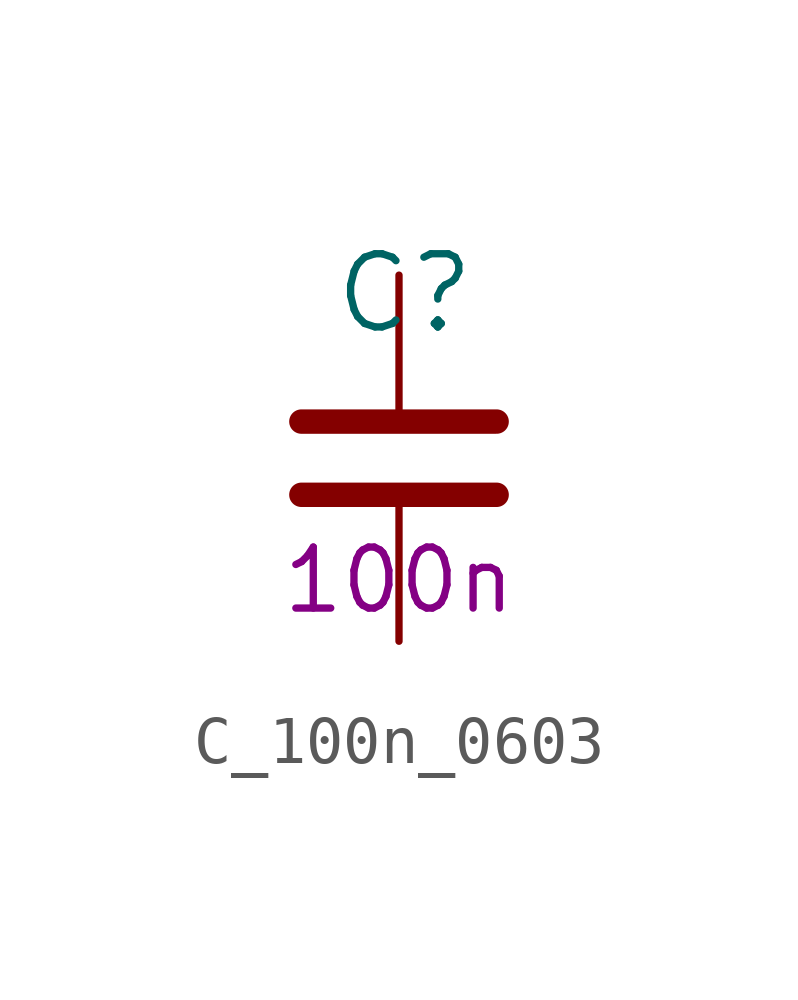
<source format=kicad_sym>
(kicad_symbol_lib
  (version 20211014)
  (generator kicad_symbol_editor)
  (symbol "C_100n_0603"
    (pin_names
      (offset 0))
    (property "Reference" "C"
      (at -1.397 3.429 0)
      (effects (font (size 1.524 1.524)) (justify left)))
    (property "Val" "100n"
      (at 0 -2.54 0)
      (effects (font (size 1.27 1.27))))
    (symbol "C_100n_0603_1_1"
      (polyline (pts (xy -2.032 -0.762) (xy 2.032 -0.762)) (stroke (width 0.508) (type default) (color 0 0 0 0)) (fill (type none)))
      (polyline (pts (xy -2.032 0.762) (xy 2.032 0.762)) (stroke (width 0.508) (type default) (color 0 0 0 0)) (fill (type none)))
      (pin passive line (at 0 3.81 270) (length 2.794) (name "~" (effects (font (size 0 0)))) (number "1" (effects (font (size 0 0)))))
      (pin passive line (at 0 -3.81 90) (length 2.794) (name "~" (effects (font (size 0 0)))) (number "2" (effects (font (size 0 0))))))))
</source>
